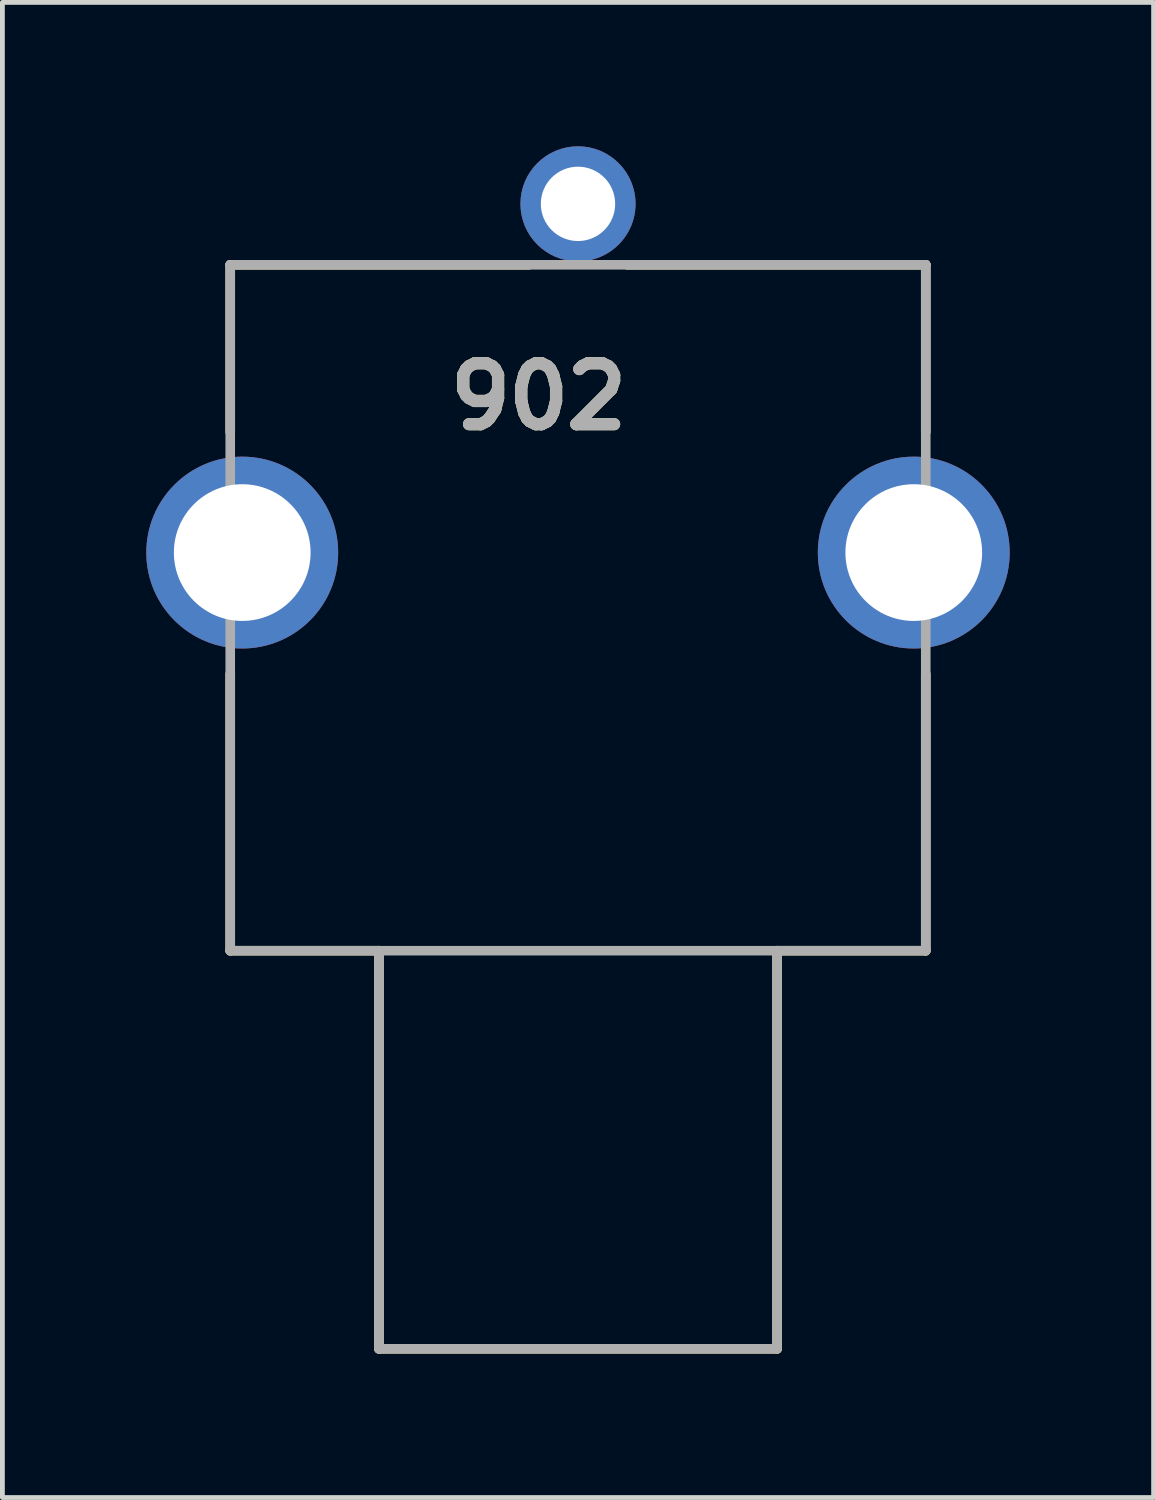
<source format=kicad_pcb>
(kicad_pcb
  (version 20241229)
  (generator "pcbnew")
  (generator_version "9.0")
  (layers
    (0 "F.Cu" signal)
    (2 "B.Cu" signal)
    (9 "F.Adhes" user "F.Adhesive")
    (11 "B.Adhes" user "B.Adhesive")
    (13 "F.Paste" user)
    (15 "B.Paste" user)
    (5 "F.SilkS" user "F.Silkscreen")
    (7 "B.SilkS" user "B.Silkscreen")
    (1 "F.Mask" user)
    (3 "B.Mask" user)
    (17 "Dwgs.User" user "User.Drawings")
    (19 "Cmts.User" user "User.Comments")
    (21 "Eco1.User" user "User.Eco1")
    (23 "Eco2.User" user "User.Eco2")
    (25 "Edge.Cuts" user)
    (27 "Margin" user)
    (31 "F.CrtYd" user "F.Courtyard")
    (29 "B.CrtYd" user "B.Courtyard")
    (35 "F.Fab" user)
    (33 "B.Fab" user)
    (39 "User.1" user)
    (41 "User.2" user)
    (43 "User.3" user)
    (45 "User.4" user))
  (footprint "902"
    (layer "F.Cu")
    (at 9 16.77)
    (property "Reference" "902" (at -0.82 -11.551 0) (layer "F.SilkS") (effects (font (size 1.27 1.27) (thickness 0.254))))
    (attr through_hole)
    (fp_line (start -7.25 -14.3) (end -7.25 -10.812) (stroke (width 0.2) (type solid)) (layer "F.SilkS"))
    (fp_line (start -7.25 -14.3) (end -1.025 -14.3) (stroke (width 0.2) (type solid)) (layer "F.SilkS"))
    (fp_line (start -7.25 0) (end -7.25 -5.768) (stroke (width 0.2) (type solid)) (layer "F.SilkS"))
    (fp_line (start -7.25 0) (end -4.15 0) (stroke (width 0.2) (type solid)) (layer "F.SilkS"))
    (fp_line (start -4.15 0) (end -4.15 8.3) (stroke (width 0.2) (type solid)) (layer "F.SilkS"))
    (fp_line (start -4.15 8.3) (end 4.15 8.3) (stroke (width 0.2) (type solid)) (layer "F.SilkS"))
    (fp_line (start 4.15 0) (end 7.25 0) (stroke (width 0.2) (type solid)) (layer "F.SilkS"))
    (fp_line (start 4.15 8.3) (end 4.15 0) (stroke (width 0.2) (type solid)) (layer "F.SilkS"))
    (fp_line (start 7.25 -14.3) (end 1.025 -14.3) (stroke (width 0.2) (type solid)) (layer "F.SilkS"))
    (fp_line (start 7.25 -14.3) (end 7.25 -10.812) (stroke (width 0.2) (type solid)) (layer "F.SilkS"))
    (fp_line (start 7.25 0) (end 7.25 -5.768) (stroke (width 0.2) (type solid)) (layer "F.SilkS"))
    (fp_line (start -7.25 -14.3) (end 7.25 -14.3) (stroke (width 0.2) (type solid)) (layer "F.Fab"))
    (fp_line (start -7.25 0) (end -7.25 -14.3) (stroke (width 0.2) (type solid)) (layer "F.Fab"))
    (fp_line (start -4.15 0) (end -4.15 8.3) (stroke (width 0.2) (type solid)) (layer "F.Fab"))
    (fp_line (start -4.15 8.3) (end 4.15 8.3) (stroke (width 0.2) (type solid)) (layer "F.Fab"))
    (fp_line (start 4.15 8.3) (end 4.15 0) (stroke (width 0.2) (type solid)) (layer "F.Fab"))
    (fp_line (start 7.25 -14.3) (end 7.25 0) (stroke (width 0.2) (type solid)) (layer "F.Fab"))
    (fp_line (start 7.25 0) (end -7.25 0) (stroke (width 0.2) (type solid)) (layer "F.Fab"))
    (fp_text user "${REFERENCE}" (at -0.82 -11.551 0) (layer "F.Fab") (effects (font (size 1.27 1.27) (thickness 0.254))))
    (pad "1" thru_hole circle (at 0 -15.57) (size 2.4 2.4) (drill 1.55) (layers "*.Cu" "*.Mask"))
    (pad "2" thru_hole circle (at -7 -8.3) (size 4 4) (drill 2.85) (layers "*.Cu" "*.Mask"))
    (pad "3" thru_hole circle (at 7 -8.3) (size 4 4) (drill 2.85) (layers "*.Cu" "*.Mask")))
  (gr_rect
    (start -3 -3)
    (end 21 28.17)
    (stroke (width 0.1) (type default))
    (fill no)
    (layer "Edge.Cuts")))
</source>
